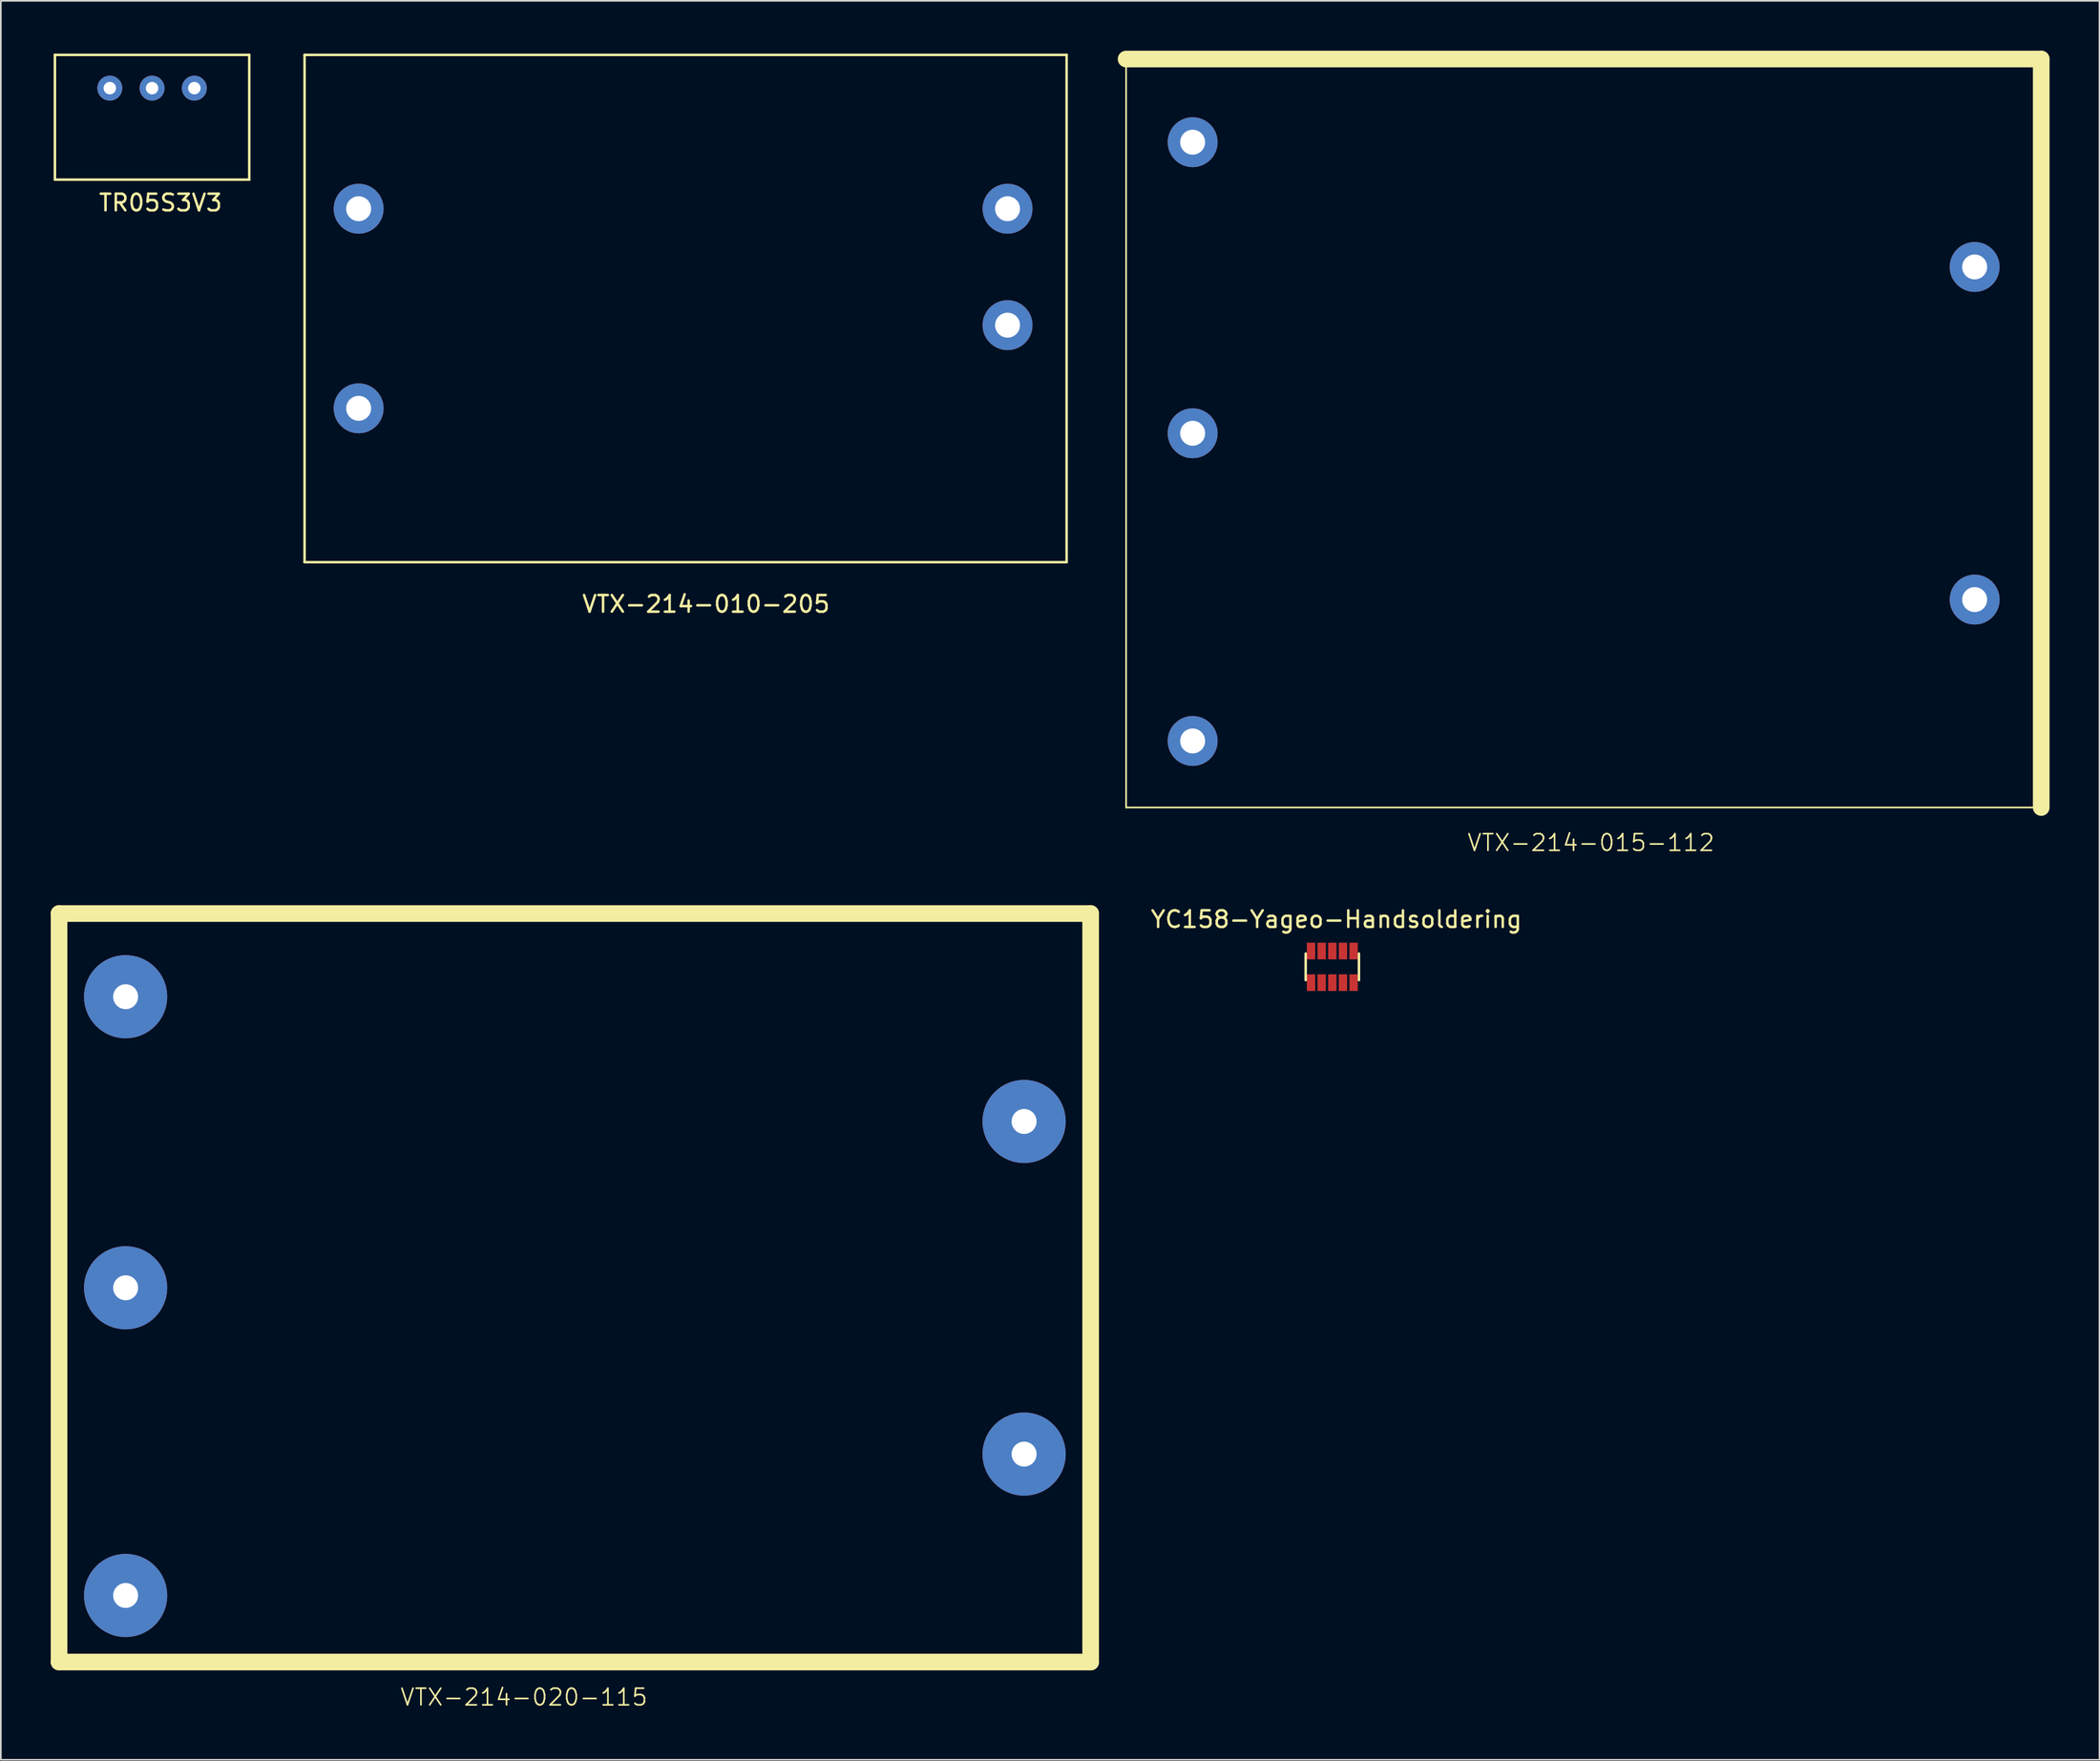
<source format=kicad_pcb>
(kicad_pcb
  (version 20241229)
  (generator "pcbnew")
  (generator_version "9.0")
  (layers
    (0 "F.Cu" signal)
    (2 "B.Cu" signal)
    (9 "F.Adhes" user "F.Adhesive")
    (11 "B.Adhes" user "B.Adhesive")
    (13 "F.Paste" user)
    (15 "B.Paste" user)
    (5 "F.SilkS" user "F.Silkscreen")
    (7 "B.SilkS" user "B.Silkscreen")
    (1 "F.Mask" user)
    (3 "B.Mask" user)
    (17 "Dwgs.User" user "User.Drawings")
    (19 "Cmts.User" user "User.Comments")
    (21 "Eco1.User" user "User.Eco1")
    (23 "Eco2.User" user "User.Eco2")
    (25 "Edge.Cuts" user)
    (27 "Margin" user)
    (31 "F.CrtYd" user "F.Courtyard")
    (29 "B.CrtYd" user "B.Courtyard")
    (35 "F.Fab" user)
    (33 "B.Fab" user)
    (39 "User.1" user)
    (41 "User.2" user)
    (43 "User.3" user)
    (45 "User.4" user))
  (footprint "VTX-214-010-205"
    (layer "F.Cu")
    (at 15.255 0.25)
    (property "Reference" "VTX-214-010-205" (at 24.13 33.02 0) (layer "F.SilkS") (effects (font (size 1 1) (thickness 0.15))))
    (attr through_hole)
    (fp_line (start 0 0) (end 45.8 0) (stroke (width 0.15) (type solid)) (layer "F.SilkS"))
    (fp_line (start 0 30.5) (end 0 0) (stroke (width 0.15) (type solid)) (layer "F.SilkS"))
    (fp_line (start 45.8 0) (end 45.8 30.5) (stroke (width 0.15) (type solid)) (layer "F.SilkS"))
    (fp_line (start 45.8 30.5) (end 0 30.5) (stroke (width 0.15) (type solid)) (layer "F.SilkS"))
    (pad "1" thru_hole circle (at 3.25 21.25) (size 3 3) (drill 1.5) (layers "*.Cu" "*.Mask"))
    (pad "2" thru_hole circle (at 3.25 9.25) (size 3 3) (drill 1.5) (layers "*.Cu" "*.Mask"))
    (pad "3" thru_hole circle (at 42.25 9.25) (size 3 3) (drill 1.5) (layers "*.Cu" "*.Mask"))
    (pad "4" thru_hole circle (at 42.25 16.25) (size 3 3) (drill 1.5) (layers "*.Cu" "*.Mask")))
  (footprint "VTX-214-020-115"
    (layer "F.Cu")
    (at 0.5 51.877)
    (property "Reference" "VTX-214-020-115" (at 27.94 47.117 0) (layer "F.SilkS") (effects (font (size 1 1) (thickness 0.1))))
    (attr through_hole)
    (fp_line (start 0 0) (end 62 0) (stroke (width 1) (type solid)) (layer "F.SilkS"))
    (fp_line (start 0 45) (end 0 0) (stroke (width 1) (type solid)) (layer "F.SilkS"))
    (fp_line (start 62 0) (end 62 45) (stroke (width 1) (type solid)) (layer "F.SilkS"))
    (fp_line (start 62 45) (end 0 45) (stroke (width 1) (type solid)) (layer "F.SilkS"))
    (pad "1" thru_hole circle (at 4 5) (size 5 5) (drill 1.5) (layers "*.Cu" "*.Mask"))
    (pad "2" thru_hole circle (at 4 22.5) (size 5 5) (drill 1.5) (layers "*.Cu" "*.Mask"))
    (pad "3" thru_hole circle (at 4 41) (size 5 5) (drill 1.5) (layers "*.Cu" "*.Mask"))
    (pad "4" thru_hole circle (at 58 32.5) (size 5 5) (drill 1.5) (layers "*.Cu" "*.Mask"))
    (pad "5" thru_hole circle (at 58 12.5) (size 5 5) (drill 1.5) (layers "*.Cu" "*.Mask")))
  (footprint "TR05S3V3"
    (layer "F.Cu")
    (at 0.25 0.25)
    (property "Reference" "TR05S3V3" (at 6.35 8.89 0) (layer "F.SilkS") (effects (font (size 1 1) (thickness 0.15))))
    (attr through_hole)
    (fp_line (start 0 0) (end 11.68 0) (stroke (width 0.15) (type solid)) (layer "F.SilkS"))
    (fp_line (start 0 7.5) (end 0 0) (stroke (width 0.15) (type solid)) (layer "F.SilkS"))
    (fp_line (start 11.68 0) (end 11.68 7.5) (stroke (width 0.15) (type solid)) (layer "F.SilkS"))
    (fp_line (start 11.68 7.5) (end 0 7.5) (stroke (width 0.15) (type solid)) (layer "F.SilkS"))
    (pad "1" thru_hole circle (at 8.38 2) (size 1.5 1.5) (drill 0.75) (layers "*.Cu" "*.Mask"))
    (pad "2" thru_hole circle (at 5.84 2) (size 1.5 1.5) (drill 0.75) (layers "*.Cu" "*.Mask"))
    (pad "3" thru_hole circle (at 3.3 2) (size 1.5 1.5) (drill 0.75) (layers "*.Cu" "*.Mask")))
  (footprint "VTX-214-015-112"
    (layer "F.Cu")
    (at 64.63 0.5)
    (property "Reference" "VTX-214-015-112" (at 27.94 47.117 0) (layer "F.SilkS") (effects (font (size 1 1) (thickness 0.1))))
    (attr through_hole)
    (fp_line (start 0 0) (end 55 0) (stroke (width 1) (type solid)) (layer "F.SilkS"))
    (fp_line (start 0 45) (end 0 0) (stroke (width 0.1) (type solid)) (layer "F.SilkS"))
    (fp_line (start 55 0) (end 55 45) (stroke (width 1) (type solid)) (layer "F.SilkS"))
    (fp_line (start 55 45) (end 0 45) (stroke (width 0.1) (type solid)) (layer "F.SilkS"))
    (pad "1" thru_hole circle (at 4 5) (size 3 3) (drill 1.5) (layers "*.Cu" "*.Mask"))
    (pad "2" thru_hole circle (at 4 22.5) (size 3 3) (drill 1.5) (layers "*.Cu" "*.Mask"))
    (pad "3" thru_hole circle (at 4 41) (size 3 3) (drill 1.5) (layers "*.Cu" "*.Mask"))
    (pad "4" thru_hole circle (at 51 12.5) (size 3 3) (drill 1.5) (layers "*.Cu" "*.Mask"))
    (pad "5" thru_hole circle (at 51 32.5) (size 3 3) (drill 1.5) (layers "*.Cu" "*.Mask")))
  (footprint "YC158-Yageo-Handsoldering"
    (layer "F.Cu")
    (at 75.744 54.131)
    (property "Reference" "YC158-Yageo-Handsoldering" (at 1.524 -1.905 0) (layer "F.SilkS") (effects (font (size 1 1) (thickness 0.15))))
    (attr through_hole)
    (fp_line (start -0.32 0.15) (end -0.32 1.75) (stroke (width 0.15) (type solid)) (layer "F.SilkS"))
    (fp_line (start 2.88 0.15) (end 2.88 1.75) (stroke (width 0.15) (type solid)) (layer "F.SilkS"))
    (pad "1" smd rect (at 0 0) (size 0.5 1) (layers "F.Cu" "F.Mask" "F.Paste"))
    (pad "1" smd rect (at 2.56 1.9) (size 0.5 1) (layers "F.Cu" "F.Mask" "F.Paste"))
    (pad "2" smd rect (at 0.64 0) (size 0.5 1) (layers "F.Cu" "F.Mask" "F.Paste"))
    (pad "3" smd rect (at 1.28 0) (size 0.5 1) (layers "F.Cu" "F.Mask" "F.Paste"))
    (pad "4" smd rect (at 1.92 0) (size 0.5 1) (layers "F.Cu" "F.Mask" "F.Paste"))
    (pad "5" smd rect (at 2.56 0) (size 0.5 1) (layers "F.Cu" "F.Mask" "F.Paste"))
    (pad "6" smd rect (at 1.92 1.9) (size 0.5 1) (layers "F.Cu" "F.Mask" "F.Paste"))
    (pad "7" smd rect (at 1.28 1.9) (size 0.5 1) (layers "F.Cu" "F.Mask" "F.Paste"))
    (pad "8" smd rect (at 0.64 1.9) (size 0.5 1) (layers "F.Cu" "F.Mask" "F.Paste"))
    (pad "9" smd rect (at 0 1.9) (size 0.5 1) (layers "F.Cu" "F.Mask" "F.Paste")))
  (gr_rect
    (start -3 -3)
    (end 123.13 102.755)
    (stroke (width 0.1) (type default))
    (fill no)
    (layer "Edge.Cuts")))
</source>
